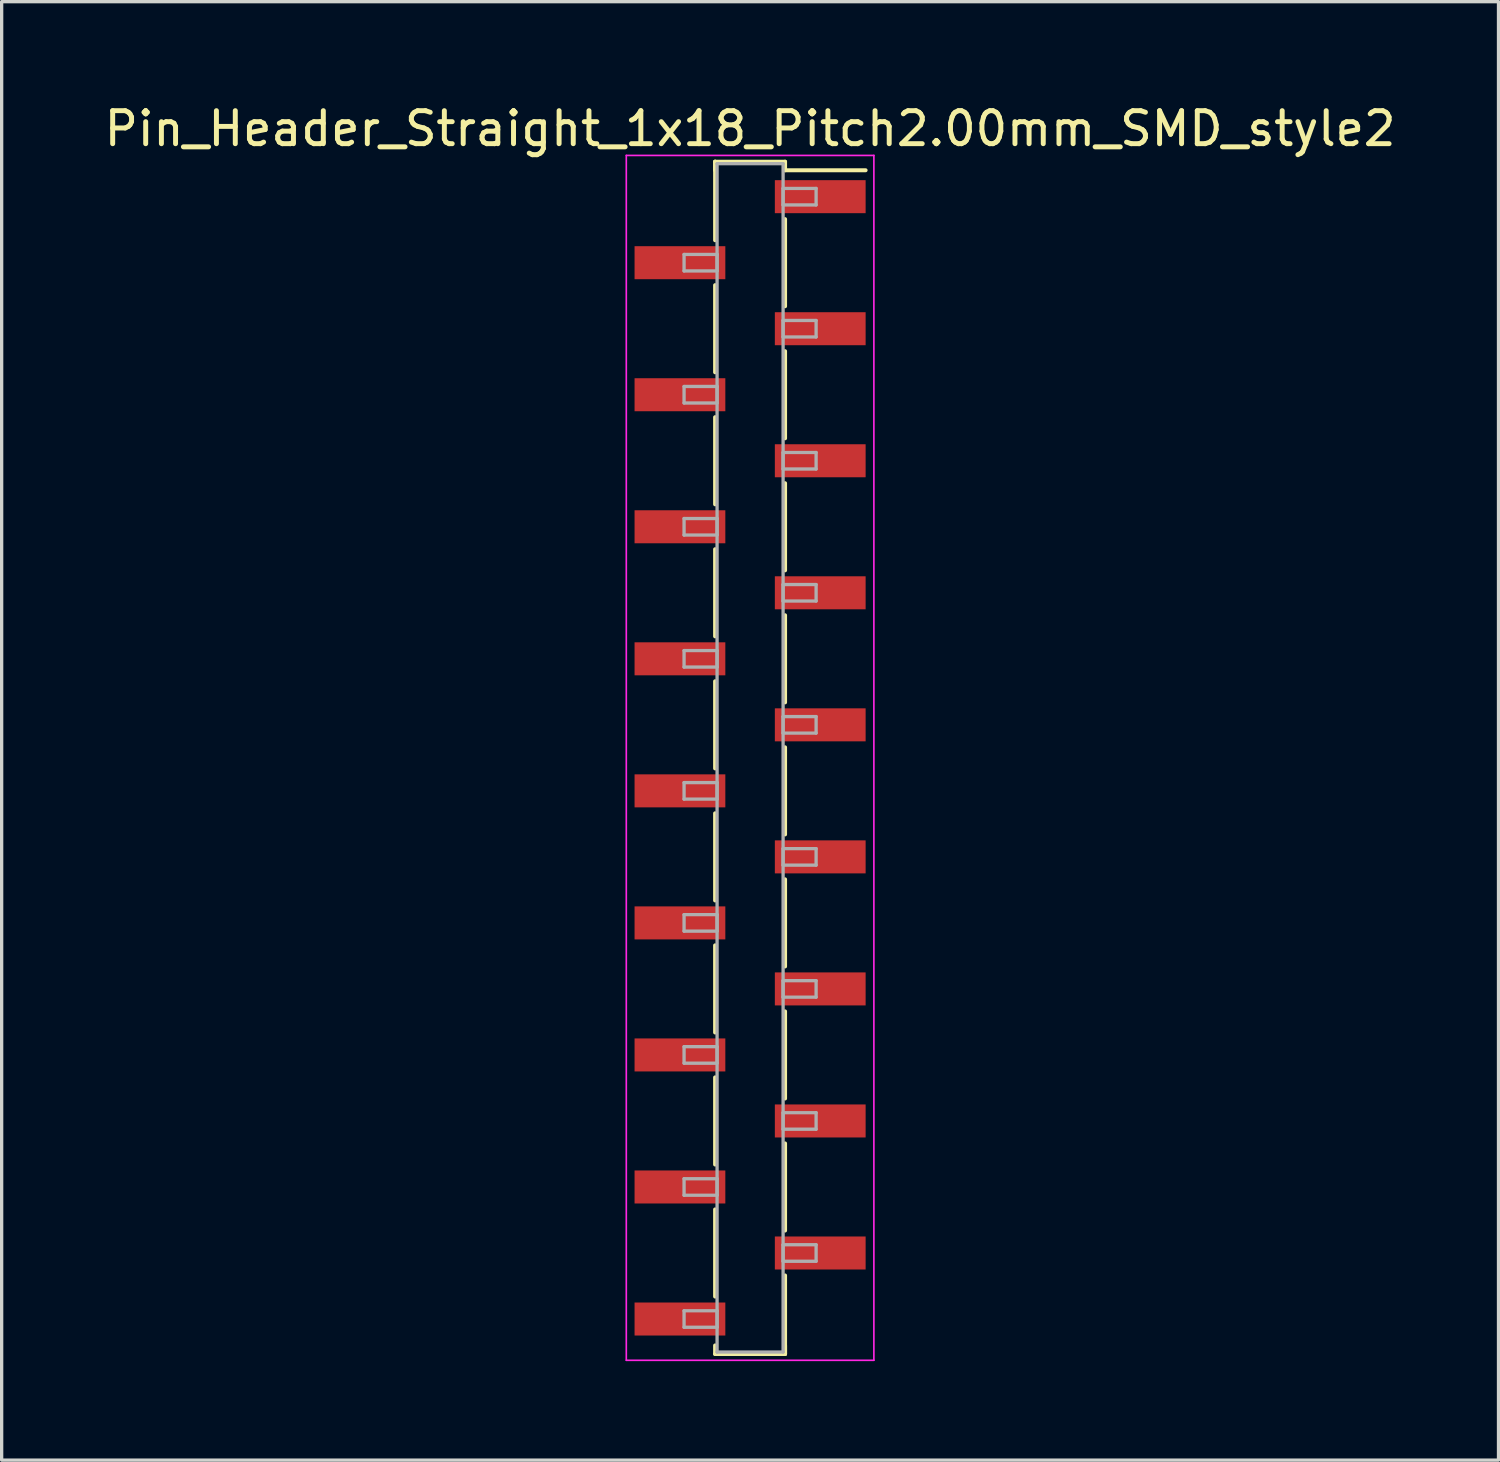
<source format=kicad_pcb>
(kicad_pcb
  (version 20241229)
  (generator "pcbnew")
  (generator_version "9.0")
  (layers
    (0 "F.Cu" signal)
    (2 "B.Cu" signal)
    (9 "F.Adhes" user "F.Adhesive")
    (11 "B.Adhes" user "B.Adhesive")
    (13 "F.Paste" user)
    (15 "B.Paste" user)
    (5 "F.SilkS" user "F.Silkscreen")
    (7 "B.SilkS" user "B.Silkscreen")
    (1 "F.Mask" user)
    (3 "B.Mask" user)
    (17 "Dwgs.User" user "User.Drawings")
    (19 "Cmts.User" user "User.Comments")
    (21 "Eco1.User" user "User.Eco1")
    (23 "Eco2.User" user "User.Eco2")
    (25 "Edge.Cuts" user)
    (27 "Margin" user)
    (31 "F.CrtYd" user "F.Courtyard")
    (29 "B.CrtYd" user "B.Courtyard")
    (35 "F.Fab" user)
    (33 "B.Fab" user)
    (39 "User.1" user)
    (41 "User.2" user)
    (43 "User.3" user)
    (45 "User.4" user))
  (footprint "Pin_Header_Straight_1x18_Pitch2.00mm_SMD_style2"
    (layer "F.Cu")
    (at 19.673 19.908)
    (property "Reference" "Pin_Header_Straight_1x18_Pitch2.00mm_SMD_style2" (at 0 -19.06 0) (layer "F.SilkS") (effects (font (size 1 1) (thickness 0.15))))
    (attr smd)
    (fp_line (start -1.06 -18.06) (end -1.06 -15.68) (stroke (width 0.12) (type solid)) (layer "F.SilkS"))
    (fp_line (start -1.06 -18.06) (end 1.06 -18.06) (stroke (width 0.12) (type solid)) (layer "F.SilkS"))
    (fp_line (start -1.06 -17.8) (end -1.06 -18.06) (stroke (width 0.12) (type solid)) (layer "F.SilkS"))
    (fp_line (start -1.06 -14.32) (end -1.06 -11.68) (stroke (width 0.12) (type solid)) (layer "F.SilkS"))
    (fp_line (start -1.06 -10.32) (end -1.06 -7.68) (stroke (width 0.12) (type solid)) (layer "F.SilkS"))
    (fp_line (start -1.06 -6.32) (end -1.06 -3.68) (stroke (width 0.12) (type solid)) (layer "F.SilkS"))
    (fp_line (start -1.06 -2.32) (end -1.06 0.32) (stroke (width 0.12) (type solid)) (layer "F.SilkS"))
    (fp_line (start -1.06 1.68) (end -1.06 4.32) (stroke (width 0.12) (type solid)) (layer "F.SilkS"))
    (fp_line (start -1.06 5.68) (end -1.06 8.32) (stroke (width 0.12) (type solid)) (layer "F.SilkS"))
    (fp_line (start -1.06 9.68) (end -1.06 12.32) (stroke (width 0.12) (type solid)) (layer "F.SilkS"))
    (fp_line (start -1.06 13.68) (end -1.06 16.32) (stroke (width 0.12) (type solid)) (layer "F.SilkS"))
    (fp_line (start -1.06 17.8) (end -1.06 18.06) (stroke (width 0.12) (type solid)) (layer "F.SilkS"))
    (fp_line (start -1.06 18.06) (end 1.06 18.06) (stroke (width 0.12) (type solid)) (layer "F.SilkS"))
    (fp_line (start 1.06 -18.06) (end 1.06 -17.8) (stroke (width 0.12) (type solid)) (layer "F.SilkS"))
    (fp_line (start 1.06 -17.8) (end 3.5 -17.8) (stroke (width 0.12) (type solid)) (layer "F.SilkS"))
    (fp_line (start 1.06 -16.32) (end 1.06 -13.68) (stroke (width 0.12) (type solid)) (layer "F.SilkS"))
    (fp_line (start 1.06 -12.32) (end 1.06 -9.68) (stroke (width 0.12) (type solid)) (layer "F.SilkS"))
    (fp_line (start 1.06 -8.32) (end 1.06 -5.68) (stroke (width 0.12) (type solid)) (layer "F.SilkS"))
    (fp_line (start 1.06 -4.32) (end 1.06 -1.68) (stroke (width 0.12) (type solid)) (layer "F.SilkS"))
    (fp_line (start 1.06 -0.32) (end 1.06 2.32) (stroke (width 0.12) (type solid)) (layer "F.SilkS"))
    (fp_line (start 1.06 3.68) (end 1.06 6.32) (stroke (width 0.12) (type solid)) (layer "F.SilkS"))
    (fp_line (start 1.06 7.68) (end 1.06 10.32) (stroke (width 0.12) (type solid)) (layer "F.SilkS"))
    (fp_line (start 1.06 11.68) (end 1.06 14.32) (stroke (width 0.12) (type solid)) (layer "F.SilkS"))
    (fp_line (start 1.06 15.68) (end 1.06 18.06) (stroke (width 0.12) (type solid)) (layer "F.SilkS"))
    (fp_line (start 1.06 18.06) (end 1.06 17.8) (stroke (width 0.12) (type solid)) (layer "F.SilkS"))
    (fp_line (start -3.75 -18.25) (end -3.75 18.25) (stroke (width 0.05) (type solid)) (layer "F.CrtYd"))
    (fp_line (start -3.75 18.25) (end 3.75 18.25) (stroke (width 0.05) (type solid)) (layer "F.CrtYd"))
    (fp_line (start 3.75 -18.25) (end -3.75 -18.25) (stroke (width 0.05) (type solid)) (layer "F.CrtYd"))
    (fp_line (start 3.75 18.25) (end 3.75 -18.25) (stroke (width 0.05) (type solid)) (layer "F.CrtYd"))
    (fp_line (start -2 -15.25) (end -1 -15.25) (stroke (width 0.1) (type solid)) (layer "F.Fab"))
    (fp_line (start -2 -14.75) (end -2 -15.25) (stroke (width 0.1) (type solid)) (layer "F.Fab"))
    (fp_line (start -2 -11.25) (end -1 -11.25) (stroke (width 0.1) (type solid)) (layer "F.Fab"))
    (fp_line (start -2 -10.75) (end -2 -11.25) (stroke (width 0.1) (type solid)) (layer "F.Fab"))
    (fp_line (start -2 -7.25) (end -1 -7.25) (stroke (width 0.1) (type solid)) (layer "F.Fab"))
    (fp_line (start -2 -6.75) (end -2 -7.25) (stroke (width 0.1) (type solid)) (layer "F.Fab"))
    (fp_line (start -2 -3.25) (end -1 -3.25) (stroke (width 0.1) (type solid)) (layer "F.Fab"))
    (fp_line (start -2 -2.75) (end -2 -3.25) (stroke (width 0.1) (type solid)) (layer "F.Fab"))
    (fp_line (start -2 0.75) (end -1 0.75) (stroke (width 0.1) (type solid)) (layer "F.Fab"))
    (fp_line (start -2 1.25) (end -2 0.75) (stroke (width 0.1) (type solid)) (layer "F.Fab"))
    (fp_line (start -2 4.75) (end -1 4.75) (stroke (width 0.1) (type solid)) (layer "F.Fab"))
    (fp_line (start -2 5.25) (end -2 4.75) (stroke (width 0.1) (type solid)) (layer "F.Fab"))
    (fp_line (start -2 8.75) (end -1 8.75) (stroke (width 0.1) (type solid)) (layer "F.Fab"))
    (fp_line (start -2 9.25) (end -2 8.75) (stroke (width 0.1) (type solid)) (layer "F.Fab"))
    (fp_line (start -2 12.75) (end -1 12.75) (stroke (width 0.1) (type solid)) (layer "F.Fab"))
    (fp_line (start -2 13.25) (end -2 12.75) (stroke (width 0.1) (type solid)) (layer "F.Fab"))
    (fp_line (start -2 16.75) (end -1 16.75) (stroke (width 0.1) (type solid)) (layer "F.Fab"))
    (fp_line (start -2 17.25) (end -2 16.75) (stroke (width 0.1) (type solid)) (layer "F.Fab"))
    (fp_line (start -1 -18) (end -1 18) (stroke (width 0.1) (type solid)) (layer "F.Fab"))
    (fp_line (start -1 -15.25) (end -1 -14.75) (stroke (width 0.1) (type solid)) (layer "F.Fab"))
    (fp_line (start -1 -14.75) (end -2 -14.75) (stroke (width 0.1) (type solid)) (layer "F.Fab"))
    (fp_line (start -1 -11.25) (end -1 -10.75) (stroke (width 0.1) (type solid)) (layer "F.Fab"))
    (fp_line (start -1 -10.75) (end -2 -10.75) (stroke (width 0.1) (type solid)) (layer "F.Fab"))
    (fp_line (start -1 -7.25) (end -1 -6.75) (stroke (width 0.1) (type solid)) (layer "F.Fab"))
    (fp_line (start -1 -6.75) (end -2 -6.75) (stroke (width 0.1) (type solid)) (layer "F.Fab"))
    (fp_line (start -1 -3.25) (end -1 -2.75) (stroke (width 0.1) (type solid)) (layer "F.Fab"))
    (fp_line (start -1 -2.75) (end -2 -2.75) (stroke (width 0.1) (type solid)) (layer "F.Fab"))
    (fp_line (start -1 0.75) (end -1 1.25) (stroke (width 0.1) (type solid)) (layer "F.Fab"))
    (fp_line (start -1 1.25) (end -2 1.25) (stroke (width 0.1) (type solid)) (layer "F.Fab"))
    (fp_line (start -1 4.75) (end -1 5.25) (stroke (width 0.1) (type solid)) (layer "F.Fab"))
    (fp_line (start -1 5.25) (end -2 5.25) (stroke (width 0.1) (type solid)) (layer "F.Fab"))
    (fp_line (start -1 8.75) (end -1 9.25) (stroke (width 0.1) (type solid)) (layer "F.Fab"))
    (fp_line (start -1 9.25) (end -2 9.25) (stroke (width 0.1) (type solid)) (layer "F.Fab"))
    (fp_line (start -1 12.75) (end -1 13.25) (stroke (width 0.1) (type solid)) (layer "F.Fab"))
    (fp_line (start -1 13.25) (end -2 13.25) (stroke (width 0.1) (type solid)) (layer "F.Fab"))
    (fp_line (start -1 16.75) (end -1 17.25) (stroke (width 0.1) (type solid)) (layer "F.Fab"))
    (fp_line (start -1 17.25) (end -2 17.25) (stroke (width 0.1) (type solid)) (layer "F.Fab"))
    (fp_line (start -1 18) (end 1 18) (stroke (width 0.1) (type solid)) (layer "F.Fab"))
    (fp_line (start 1 -18) (end -1 -18) (stroke (width 0.1) (type solid)) (layer "F.Fab"))
    (fp_line (start 1 -17.25) (end 1 -16.75) (stroke (width 0.1) (type solid)) (layer "F.Fab"))
    (fp_line (start 1 -16.75) (end 2 -16.75) (stroke (width 0.1) (type solid)) (layer "F.Fab"))
    (fp_line (start 1 -13.25) (end 1 -12.75) (stroke (width 0.1) (type solid)) (layer "F.Fab"))
    (fp_line (start 1 -12.75) (end 2 -12.75) (stroke (width 0.1) (type solid)) (layer "F.Fab"))
    (fp_line (start 1 -9.25) (end 1 -8.75) (stroke (width 0.1) (type solid)) (layer "F.Fab"))
    (fp_line (start 1 -8.75) (end 2 -8.75) (stroke (width 0.1) (type solid)) (layer "F.Fab"))
    (fp_line (start 1 -5.25) (end 1 -4.75) (stroke (width 0.1) (type solid)) (layer "F.Fab"))
    (fp_line (start 1 -4.75) (end 2 -4.75) (stroke (width 0.1) (type solid)) (layer "F.Fab"))
    (fp_line (start 1 -1.25) (end 1 -0.75) (stroke (width 0.1) (type solid)) (layer "F.Fab"))
    (fp_line (start 1 -0.75) (end 2 -0.75) (stroke (width 0.1) (type solid)) (layer "F.Fab"))
    (fp_line (start 1 2.75) (end 1 3.25) (stroke (width 0.1) (type solid)) (layer "F.Fab"))
    (fp_line (start 1 3.25) (end 2 3.25) (stroke (width 0.1) (type solid)) (layer "F.Fab"))
    (fp_line (start 1 6.75) (end 1 7.25) (stroke (width 0.1) (type solid)) (layer "F.Fab"))
    (fp_line (start 1 7.25) (end 2 7.25) (stroke (width 0.1) (type solid)) (layer "F.Fab"))
    (fp_line (start 1 10.75) (end 1 11.25) (stroke (width 0.1) (type solid)) (layer "F.Fab"))
    (fp_line (start 1 11.25) (end 2 11.25) (stroke (width 0.1) (type solid)) (layer "F.Fab"))
    (fp_line (start 1 14.75) (end 1 15.25) (stroke (width 0.1) (type solid)) (layer "F.Fab"))
    (fp_line (start 1 15.25) (end 2 15.25) (stroke (width 0.1) (type solid)) (layer "F.Fab"))
    (fp_line (start 1 18) (end 1 -18) (stroke (width 0.1) (type solid)) (layer "F.Fab"))
    (fp_line (start 2 -17.25) (end 1 -17.25) (stroke (width 0.1) (type solid)) (layer "F.Fab"))
    (fp_line (start 2 -16.75) (end 2 -17.25) (stroke (width 0.1) (type solid)) (layer "F.Fab"))
    (fp_line (start 2 -13.25) (end 1 -13.25) (stroke (width 0.1) (type solid)) (layer "F.Fab"))
    (fp_line (start 2 -12.75) (end 2 -13.25) (stroke (width 0.1) (type solid)) (layer "F.Fab"))
    (fp_line (start 2 -9.25) (end 1 -9.25) (stroke (width 0.1) (type solid)) (layer "F.Fab"))
    (fp_line (start 2 -8.75) (end 2 -9.25) (stroke (width 0.1) (type solid)) (layer "F.Fab"))
    (fp_line (start 2 -5.25) (end 1 -5.25) (stroke (width 0.1) (type solid)) (layer "F.Fab"))
    (fp_line (start 2 -4.75) (end 2 -5.25) (stroke (width 0.1) (type solid)) (layer "F.Fab"))
    (fp_line (start 2 -1.25) (end 1 -1.25) (stroke (width 0.1) (type solid)) (layer "F.Fab"))
    (fp_line (start 2 -0.75) (end 2 -1.25) (stroke (width 0.1) (type solid)) (layer "F.Fab"))
    (fp_line (start 2 2.75) (end 1 2.75) (stroke (width 0.1) (type solid)) (layer "F.Fab"))
    (fp_line (start 2 3.25) (end 2 2.75) (stroke (width 0.1) (type solid)) (layer "F.Fab"))
    (fp_line (start 2 6.75) (end 1 6.75) (stroke (width 0.1) (type solid)) (layer "F.Fab"))
    (fp_line (start 2 7.25) (end 2 6.75) (stroke (width 0.1) (type solid)) (layer "F.Fab"))
    (fp_line (start 2 10.75) (end 1 10.75) (stroke (width 0.1) (type solid)) (layer "F.Fab"))
    (fp_line (start 2 11.25) (end 2 10.75) (stroke (width 0.1) (type solid)) (layer "F.Fab"))
    (fp_line (start 2 14.75) (end 1 14.75) (stroke (width 0.1) (type solid)) (layer "F.Fab"))
    (fp_line (start 2 15.25) (end 2 14.75) (stroke (width 0.1) (type solid)) (layer "F.Fab"))
    (pad "1" smd rect (at 2.125 -17) (size 2.75 1) (layers "F.Cu" "F.Mask"))
    (pad "2" smd rect (at -2.125 -15) (size 2.75 1) (layers "F.Cu" "F.Mask"))
    (pad "3" smd rect (at 2.125 -13) (size 2.75 1) (layers "F.Cu" "F.Mask"))
    (pad "4" smd rect (at -2.125 -11) (size 2.75 1) (layers "F.Cu" "F.Mask"))
    (pad "5" smd rect (at 2.125 -9) (size 2.75 1) (layers "F.Cu" "F.Mask"))
    (pad "6" smd rect (at -2.125 -7) (size 2.75 1) (layers "F.Cu" "F.Mask"))
    (pad "7" smd rect (at 2.125 -5) (size 2.75 1) (layers "F.Cu" "F.Mask"))
    (pad "8" smd rect (at -2.125 -3) (size 2.75 1) (layers "F.Cu" "F.Mask"))
    (pad "9" smd rect (at 2.125 -1) (size 2.75 1) (layers "F.Cu" "F.Mask"))
    (pad "10" smd rect (at -2.125 1) (size 2.75 1) (layers "F.Cu" "F.Mask"))
    (pad "11" smd rect (at 2.125 3) (size 2.75 1) (layers "F.Cu" "F.Mask"))
    (pad "12" smd rect (at -2.125 5) (size 2.75 1) (layers "F.Cu" "F.Mask"))
    (pad "13" smd rect (at 2.125 7) (size 2.75 1) (layers "F.Cu" "F.Mask"))
    (pad "14" smd rect (at -2.125 9) (size 2.75 1) (layers "F.Cu" "F.Mask"))
    (pad "15" smd rect (at 2.125 11) (size 2.75 1) (layers "F.Cu" "F.Mask"))
    (pad "16" smd rect (at -2.125 13) (size 2.75 1) (layers "F.Cu" "F.Mask"))
    (pad "17" smd rect (at 2.125 15) (size 2.75 1) (layers "F.Cu" "F.Mask"))
    (pad "18" smd rect (at -2.125 17) (size 2.75 1) (layers "F.Cu" "F.Mask")))
  (gr_rect
    (start -3 -3)
    (end 42.345 41.183)
    (stroke (width 0.1) (type default))
    (fill no)
    (layer "Edge.Cuts")))
</source>
